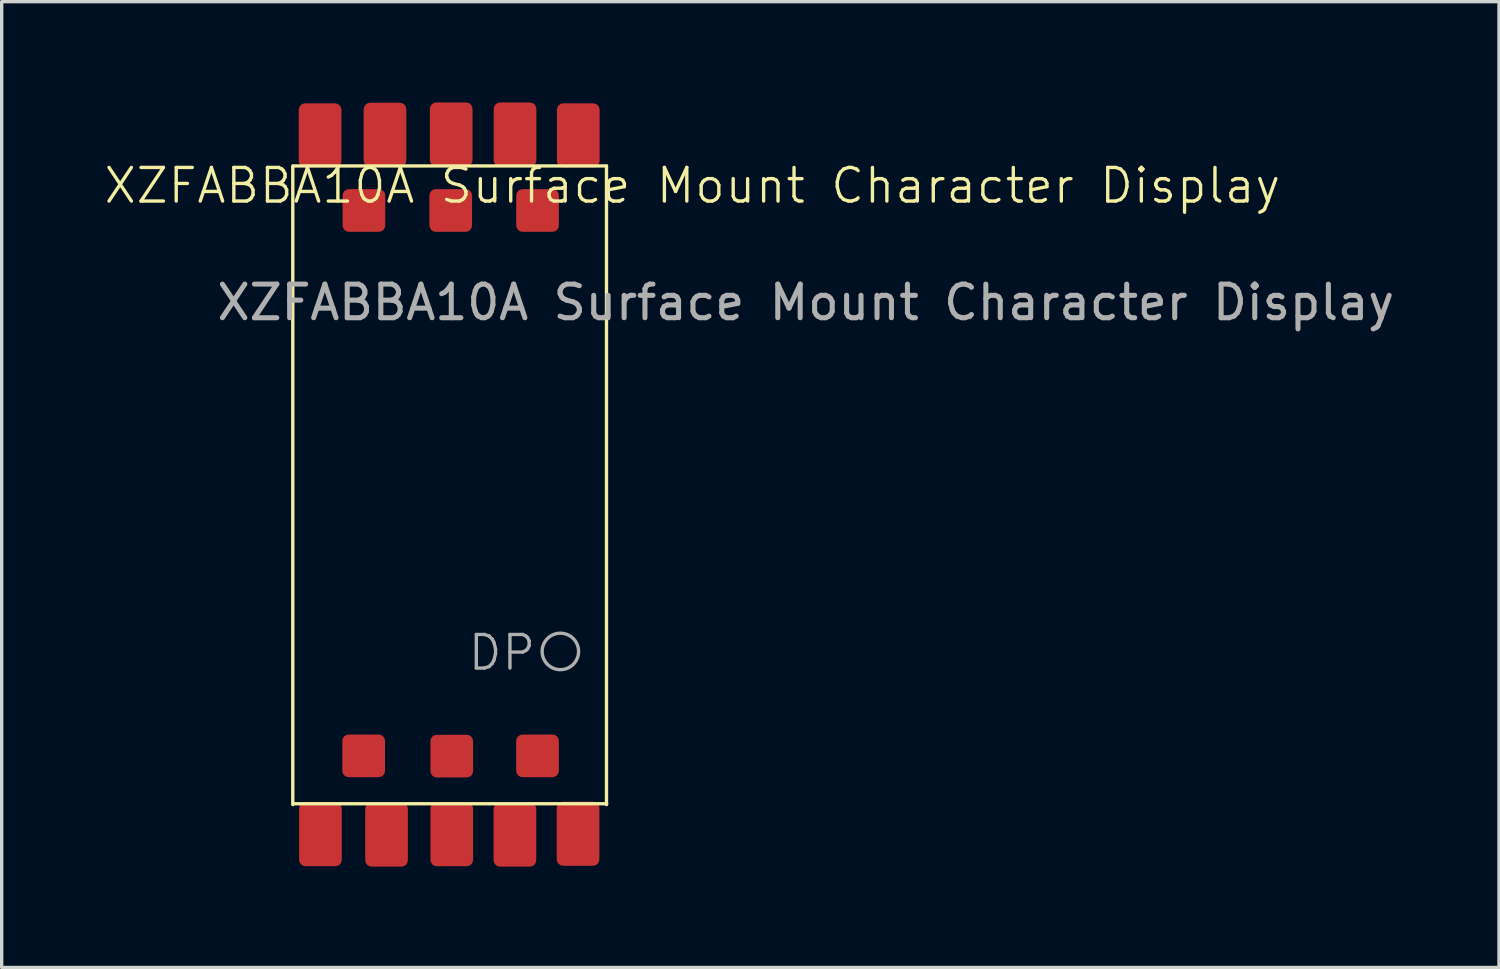
<source format=kicad_pcb>
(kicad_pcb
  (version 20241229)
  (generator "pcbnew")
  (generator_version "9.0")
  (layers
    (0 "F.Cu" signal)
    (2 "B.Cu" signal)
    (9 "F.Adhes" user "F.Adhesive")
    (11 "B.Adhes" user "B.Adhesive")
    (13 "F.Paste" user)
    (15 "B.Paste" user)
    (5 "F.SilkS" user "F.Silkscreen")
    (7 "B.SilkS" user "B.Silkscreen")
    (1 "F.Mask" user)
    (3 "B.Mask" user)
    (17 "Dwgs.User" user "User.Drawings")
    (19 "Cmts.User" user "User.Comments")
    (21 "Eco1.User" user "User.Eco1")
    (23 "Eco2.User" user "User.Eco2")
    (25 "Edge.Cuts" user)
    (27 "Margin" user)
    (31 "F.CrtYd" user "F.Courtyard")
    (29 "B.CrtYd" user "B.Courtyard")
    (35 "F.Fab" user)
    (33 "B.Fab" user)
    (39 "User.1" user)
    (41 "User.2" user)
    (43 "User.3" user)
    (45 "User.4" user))
  (footprint "XZFABBA10A Surface Mount Character Display"
    (layer "F.Cu")
    (at 5.661 20.887)
    (property "Reference" "XZFABBA10A Surface Mount Character Display" (at 11.889 -18.413 0) (unlocked yes) (layer "F.SilkS") (effects (font (size 1 1) (thickness 0.1))))
    (attr smd)
    (fp_line (start 0 0) (end 0 -19) (stroke (width 0.1) (type solid)) (layer "F.SilkS"))
    (fp_line (start 0.033 -19) (end 9.333 -19) (stroke (width 0.1) (type solid)) (layer "F.SilkS"))
    (fp_line (start 0.038 -0.025) (end 9.338 -0.025) (stroke (width 0.1) (type solid)) (layer "F.SilkS"))
    (fp_line (start 9.333 0) (end 9.333 -19) (stroke (width 0.1) (type solid)) (layer "F.SilkS"))
    (fp_circle (center 7.961 -4.556) (end 8.501 -4.606) (stroke (width 0.1) (type solid)) (fill no) (layer "F.Fab"))
    (fp_text user "DP" (at 5.157 -3.933 0) (unlocked yes) (layer "F.Fab") (effects (font (size 1 1) (thickness 0.1)) (justify left bottom)))
    (fp_text user "${REFERENCE}" (at 15.263 -14.939 0) (unlocked yes) (layer "F.Fab") (effects (font (size 1 1) (thickness 0.15))))
    (pad "1" smd roundrect (at 0.823 0.882 90) (size 1.905 1.27) (layers "F.Cu" "F.Mask" "F.Paste") (roundrect_rratio 0.15))
    (pad "2" smd roundrect (at 2.789 0.894 90) (size 1.905 1.27) (layers "F.Cu" "F.Mask" "F.Paste") (roundrect_rratio 0.15))
    (pad "3" smd roundrect (at 4.73 0.882 90) (size 1.905 1.27) (layers "F.Cu" "F.Mask" "F.Paste") (roundrect_rratio 0.15))
    (pad "4" smd roundrect (at 6.609 0.894 90) (size 1.905 1.27) (layers "F.Cu" "F.Mask" "F.Paste") (roundrect_rratio 0.15))
    (pad "5" smd roundrect (at 8.487 0.869 90) (size 1.905 1.27) (layers "F.Cu" "F.Mask" "F.Paste") (roundrect_rratio 0.15))
    (pad "6" smd roundrect (at 7.281 -1.449 90) (size 1.27 1.27) (layers "F.Cu" "F.Mask" "F.Paste") (roundrect_rratio 0.15))
    (pad "7" smd roundrect (at 4.73 -1.441 90) (size 1.27 1.27) (layers "F.Cu" "F.Mask" "F.Paste") (roundrect_rratio 0.15))
    (pad "8" smd roundrect (at 2.109 -1.449 90) (size 1.27 1.27) (layers "F.Cu" "F.Mask" "F.Paste") (roundrect_rratio 0.15))
    (pad "9" smd roundrect (at 2.116 -17.675 90) (size 1.27 1.27) (layers "F.Cu" "F.Mask" "F.Paste") (roundrect_rratio 0.15))
    (pad "10" smd roundrect (at 4.699 -17.675 90) (size 1.27 1.27) (layers "F.Cu" "F.Mask" "F.Paste") (roundrect_rratio 0.15))
    (pad "11" smd roundrect (at 7.282 -17.675 90) (size 1.27 1.27) (layers "F.Cu" "F.Mask" "F.Paste") (roundrect_rratio 0.15))
    (pad "12" smd roundrect (at 8.494 -19.911 90) (size 1.905 1.27) (layers "F.Cu" "F.Mask" "F.Paste") (roundrect_rratio 0.15))
    (pad "13" smd roundrect (at 6.612 -19.935 90) (size 1.905 1.27) (layers "F.Cu" "F.Mask" "F.Paste") (roundrect_rratio 0.15))
    (pad "14" smd roundrect (at 4.713 -19.935 90) (size 1.905 1.27) (layers "F.Cu" "F.Mask" "F.Paste") (roundrect_rratio 0.15))
    (pad "15" smd roundrect (at 2.743 -19.927 90) (size 1.905 1.27) (layers "F.Cu" "F.Mask" "F.Paste") (roundrect_rratio 0.15))
    (pad "16" smd roundrect (at 0.812 -19.911 90) (size 1.905 1.27) (layers "F.Cu" "F.Mask" "F.Paste") (roundrect_rratio 0.15)))
  (gr_rect
    (start -3 -3)
    (end 41.548 25.734)
    (stroke (width 0.1) (type default))
    (fill no)
    (layer "Edge.Cuts")))
</source>
